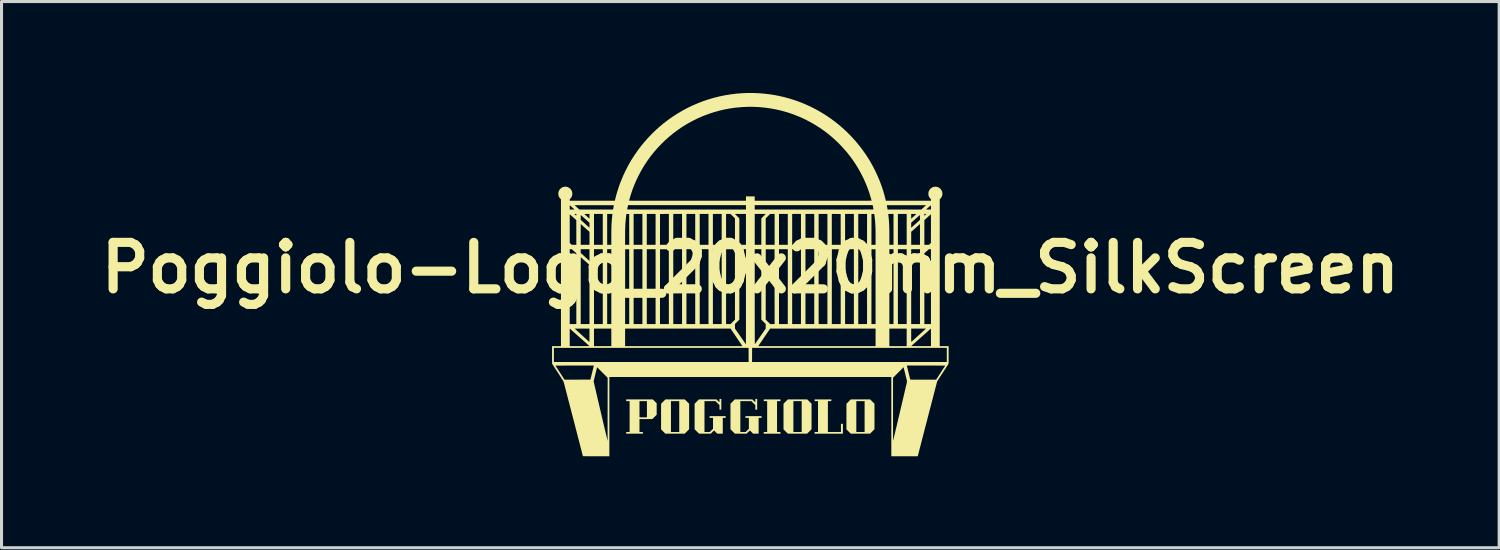
<source format=kicad_pcb>
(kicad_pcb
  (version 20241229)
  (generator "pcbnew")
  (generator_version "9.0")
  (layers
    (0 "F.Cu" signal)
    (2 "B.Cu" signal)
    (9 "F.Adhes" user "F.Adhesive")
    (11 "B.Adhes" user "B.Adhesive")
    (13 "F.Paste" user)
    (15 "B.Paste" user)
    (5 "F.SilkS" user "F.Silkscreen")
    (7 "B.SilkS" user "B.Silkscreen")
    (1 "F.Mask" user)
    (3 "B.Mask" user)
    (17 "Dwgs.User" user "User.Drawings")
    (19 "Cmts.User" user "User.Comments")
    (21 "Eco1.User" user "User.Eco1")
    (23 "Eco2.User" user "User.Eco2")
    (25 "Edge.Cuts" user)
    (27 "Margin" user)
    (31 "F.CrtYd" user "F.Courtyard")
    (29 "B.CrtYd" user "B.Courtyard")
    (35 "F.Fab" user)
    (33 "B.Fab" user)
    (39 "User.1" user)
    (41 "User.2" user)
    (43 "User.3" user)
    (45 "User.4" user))
  (footprint "Poggiolo-Logo_20x20mm_SilkScreen"
    (layer "F.Cu")
    (at 21.561 5.735)
    (property "Reference" "Poggiolo-Logo_20x20mm_SilkScreen" (at 0 0 0) (layer "F.SilkS") (effects (font (size 1.524 1.524) (thickness 0.3))))
    (attr board_only exclude_from_pos_files exclude_from_bom)
    (fp_poly (pts (xy 0.988 4.372) (xy 0.876 4.372) (xy 0.876 5.384) (xy 0.988 5.384) (xy 0.988 5.44) (xy 0.44 5.44) (xy 0.44 5.384) (xy 0.552 5.384) (xy 0.552 4.372) (xy 0.44 4.372) (xy 0.44 4.316) (xy 0.988 4.316)) (stroke (width 0) (type solid)) (fill yes) (layer "F.SilkS"))
    (fp_poly (pts (xy 2.656 4.372) (xy 2.544 4.372) (xy 2.544 5.384) (xy 2.972 5.384) (xy 2.972 5.116) (xy 3.036 5.116) (xy 3.036 5.44) (xy 2.108 5.44) (xy 2.108 5.384) (xy 2.22 5.384) (xy 2.22 4.372) (xy 2.108 4.372) (xy 2.108 4.316) (xy 2.656 4.316)) (stroke (width 0) (type solid)) (fill yes) (layer "F.SilkS"))
    (fp_poly (pts (xy -2.079 4.387) (xy -2.008 4.458) (xy -2.008 5.294) (xy -2.081 5.367) (xy -2.154 5.44) (xy -2.786 5.44) (xy -2.842 5.384) (xy -2.604 5.384) (xy -2.332 5.384) (xy -2.332 4.372) (xy -2.604 4.372) (xy -2.604 5.384) (xy -2.842 5.384) (xy -2.928 5.298) (xy -2.928 4.458) (xy -2.857 4.387) (xy -2.786 4.316) (xy -2.15 4.316)) (stroke (width 0) (type solid)) (fill yes) (layer "F.SilkS"))
    (fp_poly (pts (xy 1.937 4.387) (xy 2.008 4.458) (xy 2.008 5.294) (xy 1.935 5.367) (xy 1.862 5.44) (xy 1.23 5.44) (xy 1.174 5.384) (xy 1.412 5.384) (xy 1.684 5.384) (xy 1.684 4.372) (xy 1.412 4.372) (xy 1.412 5.384) (xy 1.174 5.384) (xy 1.088 5.298) (xy 1.088 4.458) (xy 1.159 4.387) (xy 1.23 4.316) (xy 1.866 4.316)) (stroke (width 0) (type solid)) (fill yes) (layer "F.SilkS"))
    (fp_poly (pts (xy 4.001 4.387) (xy 4.072 4.458) (xy 4.072 5.294) (xy 3.999 5.367) (xy 3.926 5.44) (xy 3.294 5.44) (xy 3.238 5.384) (xy 3.476 5.384) (xy 3.748 5.384) (xy 3.748 4.372) (xy 3.476 4.372) (xy 3.476 5.384) (xy 3.238 5.384) (xy 3.152 5.298) (xy 3.152 4.458) (xy 3.223 4.387) (xy 3.294 4.316) (xy 3.93 4.316)) (stroke (width 0) (type solid)) (fill yes) (layer "F.SilkS"))
    (fp_poly (pts (xy -3.135 4.379) (xy -3.072 4.442) (xy -3.072 4.818) (xy -3.143 4.889) (xy -3.214 4.96) (xy -3.636 4.96) (xy -3.636 5.384) (xy -3.524 5.384) (xy -3.524 5.44) (xy -4.072 5.44) (xy -4.072 5.384) (xy -3.96 5.384) (xy -3.96 4.904) (xy -3.636 4.904) (xy -3.392 4.904) (xy -3.392 4.372) (xy -3.636 4.372) (xy -3.636 4.904) (xy -3.96 4.904) (xy -3.96 4.372) (xy -4.072 4.372) (xy -4.072 4.316) (xy -3.198 4.316)) (stroke (width 0) (type solid)) (fill yes) (layer "F.SilkS"))
    (fp_poly (pts (xy -0.952 4.652) (xy -1.012 4.652) (xy -1.012 4.502) (xy -1.077 4.437) (xy -1.142 4.372) (xy -1.504 4.372) (xy -1.504 5.384) (xy -1.33 5.384) (xy -1.277 5.331) (xy -1.224 5.278) (xy -1.224 4.92) (xy -1.336 4.92) (xy -1.336 4.864) (xy -0.808 4.864) (xy -0.808 4.92) (xy -0.904 4.92) (xy -0.904 5.44) (xy -1.085 5.44) (xy -1.135 5.388) (xy -1.151 5.371) (xy -1.166 5.357) (xy -1.178 5.346) (xy -1.186 5.338) (xy -1.189 5.336) (xy -1.194 5.339) (xy -1.202 5.346) (xy -1.215 5.358) (xy -1.23 5.372) (xy -1.246 5.388) (xy -1.298 5.44) (xy -1.682 5.44) (xy -1.755 5.367) (xy -1.828 5.294) (xy -1.828 4.458) (xy -1.757 4.387) (xy -1.686 4.316) (xy -1.11 4.316) (xy -1.064 4.362) (xy -1.048 4.377) (xy -1.035 4.391) (xy -1.024 4.401) (xy -1.017 4.407) (xy -1.015 4.408) (xy -1.014 4.404) (xy -1.013 4.394) (xy -1.012 4.379) (xy -1.012 4.36) (xy -1.012 4.354) (xy -1.012 4.3) (xy -0.952 4.3)) (stroke (width 0) (type solid)) (fill yes) (layer "F.SilkS"))
    (fp_poly (pts (xy 0.224 4.652) (xy 0.164 4.652) (xy 0.164 4.502) (xy 0.099 4.437) (xy 0.034 4.372) (xy -0.328 4.372) (xy -0.328 5.384) (xy -0.154 5.384) (xy -0.101 5.331) (xy -0.048 5.278) (xy -0.048 4.92) (xy -0.16 4.92) (xy -0.16 4.864) (xy 0.368 4.864) (xy 0.368 4.92) (xy 0.272 4.92) (xy 0.272 5.44) (xy 0.091 5.44) (xy 0.041 5.388) (xy 0.025 5.371) (xy 0.01 5.357) (xy -0.002 5.346) (xy -0.01 5.338) (xy -0.013 5.336) (xy -0.018 5.339) (xy -0.026 5.346) (xy -0.039 5.358) (xy -0.054 5.372) (xy -0.07 5.388) (xy -0.122 5.44) (xy -0.506 5.44) (xy -0.579 5.367) (xy -0.652 5.294) (xy -0.652 4.458) (xy -0.581 4.387) (xy -0.51 4.316) (xy 0.066 4.316) (xy 0.112 4.362) (xy 0.128 4.377) (xy 0.141 4.391) (xy 0.152 4.401) (xy 0.159 4.407) (xy 0.161 4.408) (xy 0.162 4.404) (xy 0.163 4.394) (xy 0.164 4.379) (xy 0.164 4.36) (xy 0.164 4.354) (xy 0.164 4.3) (xy 0.224 4.3)) (stroke (width 0) (type solid)) (fill yes) (layer "F.SilkS"))
    (fp_poly (pts (xy 0.097 -5.735) (xy 0.286 -5.727) (xy 0.476 -5.711) (xy 0.666 -5.687) (xy 0.766 -5.672) (xy 0.95 -5.637) (xy 1.132 -5.594) (xy 1.312 -5.544) (xy 1.489 -5.487) (xy 1.664 -5.423) (xy 1.835 -5.351) (xy 2.004 -5.273) (xy 2.168 -5.188) (xy 2.329 -5.096) (xy 2.487 -4.998) (xy 2.64 -4.894) (xy 2.789 -4.783) (xy 2.933 -4.667) (xy 3.073 -4.544) (xy 3.208 -4.416) (xy 3.338 -4.282) (xy 3.462 -4.143) (xy 3.581 -3.999) (xy 3.694 -3.849) (xy 3.802 -3.695) (xy 3.903 -3.536) (xy 3.957 -3.444) (xy 4.035 -3.302) (xy 4.108 -3.156) (xy 4.177 -3.006) (xy 4.241 -2.854) (xy 4.299 -2.7) (xy 4.351 -2.547) (xy 4.396 -2.394) (xy 4.434 -2.245) (xy 4.445 -2.2) (xy 5.924 -2.2) (xy 5.924 -2.224) (xy 5.924 -2.236) (xy 5.923 -2.245) (xy 5.919 -2.253) (xy 5.912 -2.261) (xy 5.901 -2.273) (xy 5.9 -2.274) (xy 5.88 -2.301) (xy 5.862 -2.331) (xy 5.848 -2.362) (xy 5.844 -2.378) (xy 5.842 -2.392) (xy 5.84 -2.41) (xy 5.839 -2.429) (xy 5.839 -2.434) (xy 5.843 -2.475) (xy 5.854 -2.515) (xy 5.872 -2.551) (xy 5.896 -2.584) (xy 5.925 -2.612) (xy 5.959 -2.634) (xy 5.997 -2.651) (xy 6.016 -2.656) (xy 6.044 -2.661) (xy 6.075 -2.661) (xy 6.106 -2.659) (xy 6.134 -2.653) (xy 6.134 -2.653) (xy 6.173 -2.637) (xy 6.208 -2.615) (xy 6.238 -2.588) (xy 6.262 -2.556) (xy 6.281 -2.52) (xy 6.294 -2.482) (xy 6.299 -2.441) (xy 6.299 -2.414) (xy 6.292 -2.372) (xy 6.277 -2.333) (xy 6.256 -2.297) (xy 6.23 -2.266) (xy 6.212 -2.249) (xy 6.212 2.568) (xy 6.504 2.568) (xy 6.504 2.855) (xy 6.504 2.91) (xy 6.504 2.957) (xy 6.504 2.998) (xy 6.504 3.032) (xy 6.504 3.061) (xy 6.503 3.085) (xy 6.503 3.103) (xy 6.502 3.118) (xy 6.502 3.13) (xy 6.501 3.138) (xy 6.5 3.144) (xy 6.499 3.149) (xy 6.498 3.152) (xy 6.497 3.154) (xy 6.493 3.159) (xy 6.486 3.17) (xy 6.475 3.187) (xy 6.461 3.21) (xy 6.443 3.236) (xy 6.423 3.267) (xy 6.401 3.302) (xy 6.377 3.339) (xy 6.351 3.379) (xy 6.324 3.421) (xy 6.31 3.442) (xy 6.283 3.484) (xy 6.256 3.525) (xy 6.231 3.563) (xy 6.208 3.599) (xy 6.188 3.631) (xy 6.169 3.66) (xy 6.154 3.684) (xy 6.142 3.703) (xy 6.133 3.716) (xy 6.128 3.724) (xy 6.128 3.726) (xy 6.126 3.73) (xy 6.123 3.741) (xy 6.118 3.76) (xy 6.112 3.785) (xy 6.104 3.817) (xy 6.094 3.855) (xy 6.082 3.898) (xy 6.07 3.946) (xy 6.056 4) (xy 6.041 4.058) (xy 6.025 4.12) (xy 6.008 4.185) (xy 5.99 4.255) (xy 5.971 4.327) (xy 5.951 4.402) (xy 5.931 4.48) (xy 5.911 4.56) (xy 5.889 4.641) (xy 5.868 4.723) (xy 5.846 4.807) (xy 5.824 4.891) (xy 5.803 4.976) (xy 5.781 5.06) (xy 5.759 5.144) (xy 5.737 5.227) (xy 5.716 5.309) (xy 5.695 5.389) (xy 5.675 5.468) (xy 5.655 5.544) (xy 5.636 5.617) (xy 5.618 5.688) (xy 5.601 5.755) (xy 5.584 5.819) (xy 5.569 5.879) (xy 5.554 5.934) (xy 5.541 5.984) (xy 5.53 6.03) (xy 5.519 6.07) (xy 5.511 6.104) (xy 5.503 6.132) (xy 5.498 6.153) (xy 5.494 6.168) (xy 5.494 6.17) (xy 5.491 6.18) (xy 4.624 6.18) (xy 4.624 4.642) (xy 4.68 4.642) (xy 4.68 4.732) (xy 4.68 4.82) (xy 4.68 4.906) (xy 4.68 4.989) (xy 4.68 5.069) (xy 4.68 5.146) (xy 4.68 5.218) (xy 4.68 5.287) (xy 4.681 5.351) (xy 4.681 5.411) (xy 4.681 5.465) (xy 4.681 5.514) (xy 4.681 5.557) (xy 4.681 5.594) (xy 4.681 5.624) (xy 4.681 5.648) (xy 4.682 5.664) (xy 4.682 5.674) (xy 4.682 5.675) (xy 4.683 5.671) (xy 4.686 5.66) (xy 4.69 5.641) (xy 4.696 5.616) (xy 4.704 5.584) (xy 4.713 5.546) (xy 4.723 5.503) (xy 4.735 5.453) (xy 4.748 5.399) (xy 4.762 5.34) (xy 4.777 5.276) (xy 4.793 5.209) (xy 4.81 5.137) (xy 4.828 5.062) (xy 4.846 4.984) (xy 4.865 4.903) (xy 4.885 4.82) (xy 4.905 4.734) (xy 4.91 4.712) (xy 4.93 4.626) (xy 4.95 4.541) (xy 4.97 4.459) (xy 4.988 4.38) (xy 5.006 4.304) (xy 5.023 4.231) (xy 5.04 4.161) (xy 5.055 4.096) (xy 5.069 4.035) (xy 5.082 3.979) (xy 5.094 3.927) (xy 5.105 3.881) (xy 5.115 3.841) (xy 5.123 3.806) (xy 5.129 3.778) (xy 5.134 3.757) (xy 5.137 3.743) (xy 5.139 3.736) (xy 5.139 3.735) (xy 5.139 3.73) (xy 5.138 3.72) (xy 5.135 3.706) (xy 5.131 3.686) (xy 5.125 3.661) (xy 5.118 3.631) (xy 5.109 3.594) (xy 5.098 3.55) (xy 5.086 3.499) (xy 5.084 3.49) (xy 5.026 3.26) (xy 4.853 3.433) (xy 4.68 3.606) (xy 4.68 4.642) (xy 4.624 4.642) (xy 4.624 3.58) (xy -4.624 3.58) (xy -4.624 6.18) (xy -5.058 6.18) (xy -5.116 6.18) (xy -5.172 6.18) (xy -5.225 6.18) (xy -5.275 6.18) (xy -5.321 6.18) (xy -5.363 6.179) (xy -5.399 6.179) (xy -5.431 6.179) (xy -5.456 6.179) (xy -5.475 6.179) (xy -5.487 6.178) (xy -5.492 6.178) (xy -5.492 6.178) (xy -5.493 6.174) (xy -5.496 6.162) (xy -5.501 6.144) (xy -5.507 6.119) (xy -5.515 6.087) (xy -5.525 6.05) (xy -5.536 6.006) (xy -5.548 5.958) (xy -5.562 5.905) (xy -5.577 5.847) (xy -5.593 5.785) (xy -5.61 5.72) (xy -5.628 5.65) (xy -5.647 5.578) (xy -5.666 5.503) (xy -5.686 5.426) (xy -5.707 5.346) (xy -5.728 5.265) (xy -5.749 5.183) (xy -5.77 5.099) (xy -5.792 5.015) (xy -5.814 4.931) (xy -5.836 4.847) (xy -5.857 4.763) (xy -5.879 4.681) (xy -5.9 4.599) (xy -5.921 4.519) (xy -5.941 4.441) (xy -5.961 4.365) (xy -5.98 4.292) (xy -5.998 4.221) (xy -6.015 4.155) (xy -6.032 4.091) (xy -6.047 4.032) (xy -6.061 3.977) (xy -6.074 3.927) (xy -6.086 3.882) (xy -6.096 3.843) (xy -6.105 3.809) (xy -6.112 3.782) (xy -6.118 3.761) (xy -6.121 3.747) (xy -6.123 3.74) (xy -6.123 3.74) (xy -6.127 3.733) (xy -6.131 3.724) (xy -5.14 3.724) (xy -5.139 3.729) (xy -5.136 3.741) (xy -5.132 3.759) (xy -5.126 3.785) (xy -5.119 3.816) (xy -5.11 3.854) (xy -5.1 3.896) (xy -5.089 3.944) (xy -5.077 3.996) (xy -5.064 4.053) (xy -5.05 4.113) (xy -5.035 4.176) (xy -5.02 4.242) (xy -5.004 4.311) (xy -4.987 4.382) (xy -4.97 4.454) (xy -4.953 4.528) (xy -4.936 4.602) (xy -4.918 4.677) (xy -4.901 4.753) (xy -4.883 4.827) (xy -4.866 4.901) (xy -4.849 4.974) (xy -4.832 5.046) (xy -4.816 5.115) (xy -4.8 5.182) (xy -4.785 5.246) (xy -4.77 5.307) (xy -4.757 5.364) (xy -4.744 5.417) (xy -4.733 5.466) (xy -4.722 5.51) (xy -4.713 5.549) (xy -4.705 5.582) (xy -4.699 5.609) (xy -4.697 5.616) (xy -4.682 5.678) (xy -4.681 4.642) (xy -4.68 3.606) (xy -4.853 3.433) (xy -5.026 3.26) (xy -5.083 3.487) (xy -5.093 3.529) (xy -5.103 3.568) (xy -5.112 3.605) (xy -5.12 3.638) (xy -5.127 3.666) (xy -5.133 3.69) (xy -5.137 3.708) (xy -5.139 3.72) (xy -5.14 3.724) (xy -6.131 3.724) (xy -6.134 3.72) (xy -6.145 3.701) (xy -6.159 3.677) (xy -6.178 3.648) (xy -6.2 3.612) (xy -6.227 3.57) (xy -6.258 3.522) (xy -6.293 3.467) (xy -6.313 3.437) (xy -6.341 3.394) (xy -6.368 3.353) (xy -6.393 3.314) (xy -6.416 3.278) (xy -6.437 3.246) (xy -6.456 3.217) (xy -6.463 3.206) (xy -6.394 3.206) (xy -6.094 3.668) (xy -5.246 3.666) (xy -5.189 3.436) (xy -5.179 3.395) (xy -5.169 3.356) (xy -5.16 3.32) (xy -5.152 3.288) (xy -5.146 3.26) (xy -5.14 3.237) (xy -5.136 3.22) (xy -5.134 3.209) (xy -5.133 3.205) (xy 5.133 3.205) (xy 5.134 3.209) (xy 5.136 3.22) (xy 5.14 3.237) (xy 5.146 3.26) (xy 5.152 3.286) (xy 5.16 3.317) (xy 5.168 3.35) (xy 5.176 3.385) (xy 5.185 3.421) (xy 5.194 3.457) (xy 5.203 3.493) (xy 5.212 3.528) (xy 5.22 3.561) (xy 5.227 3.59) (xy 5.234 3.616) (xy 5.239 3.637) (xy 5.243 3.652) (xy 5.245 3.661) (xy 5.246 3.663) (xy 5.248 3.664) (xy 5.253 3.665) (xy 5.261 3.665) (xy 5.274 3.666) (xy 5.291 3.666) (xy 5.313 3.667) (xy 5.339 3.667) (xy 5.372 3.667) (xy 5.41 3.668) (xy 5.454 3.668) (xy 5.505 3.668) (xy 5.563 3.668) (xy 5.629 3.668) (xy 5.671 3.668) (xy 6.094 3.668) (xy 6.244 3.437) (xy 6.394 3.206) (xy 5.765 3.205) (xy 5.694 3.205) (xy 5.626 3.205) (xy 5.561 3.205) (xy 5.498 3.205) (xy 5.439 3.205) (xy 5.384 3.205) (xy 5.333 3.205) (xy 5.287 3.205) (xy 5.246 3.205) (xy 5.211 3.205) (xy 5.182 3.205) (xy 5.159 3.205) (xy 5.143 3.205) (xy 5.135 3.205) (xy 5.133 3.205) (xy -5.133 3.205) (xy -5.133 3.205) (xy -5.137 3.205) (xy -5.149 3.205) (xy -5.168 3.205) (xy -5.193 3.205) (xy -5.225 3.205) (xy -5.263 3.205) (xy -5.306 3.205) (xy -5.354 3.205) (xy -5.407 3.205) (xy -5.464 3.205) (xy -5.524 3.205) (xy -5.588 3.205) (xy -5.655 3.205) (xy -5.724 3.205) (xy -5.765 3.205) (xy -6.394 3.206) (xy -6.463 3.206) (xy -6.472 3.193) (xy -6.484 3.173) (xy -6.493 3.159) (xy -6.498 3.151) (xy -6.5 3.149) (xy -6.501 3.144) (xy -6.501 3.132) (xy -6.502 3.114) (xy -6.503 3.089) (xy -6.503 3.057) (xy -6.504 3.018) (xy -6.504 2.971) (xy -6.504 2.917) (xy -6.504 2.854) (xy -6.504 2.624) (xy -6.444 2.624) (xy -6.444 3.088) (xy -0.056 3.088) (xy 0.056 3.088) (xy 6.444 3.088) (xy 6.444 2.624) (xy 3.251 2.625) (xy 0.058 2.626) (xy 0.057 2.857) (xy 0.056 3.088) (xy -0.056 3.088) (xy -0.058 2.626) (xy -3.251 2.625) (xy -6.444 2.624) (xy -6.504 2.624) (xy -6.504 2.568) (xy -6.212 2.568) (xy -6.212 1.991) (xy -5.924 1.991) (xy -5.924 2.568) (xy -5.599 2.568) (xy -5.128 2.568) (xy -4.56 2.568) (xy -4.108 2.568) (xy -0.259 2.568) (xy 0.259 2.568) (xy 4.108 2.568) (xy 4.56 2.568) (xy 5.128 2.568) (xy 5.128 2.564) (xy 5.28 2.564) (xy 5.282 2.564) (xy 5.288 2.565) (xy 5.296 2.566) (xy 5.309 2.566) (xy 5.325 2.567) (xy 5.347 2.567) (xy 5.374 2.567) (xy 5.406 2.568) (xy 5.444 2.568) (xy 5.49 2.568) (xy 5.542 2.568) (xy 5.599 2.568) (xy 5.924 2.568) (xy 5.924 1.991) (xy 5.913 2.001) (xy 5.909 2.005) (xy 5.898 2.014) (xy 5.883 2.027) (xy 5.863 2.045) (xy 5.839 2.066) (xy 5.811 2.092) (xy 5.779 2.12) (xy 5.744 2.151) (xy 5.707 2.184) (xy 5.667 2.219) (xy 5.626 2.256) (xy 5.594 2.284) (xy 5.551 2.322) (xy 5.511 2.358) (xy 5.472 2.392) (xy 5.435 2.425) (xy 5.402 2.455) (xy 5.371 2.482) (xy 5.345 2.505) (xy 5.322 2.525) (xy 5.304 2.541) (xy 5.291 2.553) (xy 5.282 2.56) (xy 5.28 2.563) (xy 5.28 2.564) (xy 5.128 2.564) (xy 5.128 2.212) (xy 5.276 2.212) (xy 5.276 2.261) (xy 5.276 2.302) (xy 5.276 2.336) (xy 5.277 2.364) (xy 5.277 2.386) (xy 5.277 2.403) (xy 5.278 2.415) (xy 5.279 2.423) (xy 5.28 2.428) (xy 5.281 2.429) (xy 5.281 2.429) (xy 5.285 2.426) (xy 5.294 2.418) (xy 5.308 2.405) (xy 5.327 2.388) (xy 5.35 2.368) (xy 5.376 2.344) (xy 5.406 2.317) (xy 5.438 2.288) (xy 5.473 2.256) (xy 5.509 2.223) (xy 5.523 2.211) (xy 5.56 2.177) (xy 5.595 2.145) (xy 5.628 2.115) (xy 5.658 2.087) (xy 5.686 2.063) (xy 5.709 2.041) (xy 5.729 2.023) (xy 5.744 2.009) (xy 5.754 1.999) (xy 5.76 1.994) (xy 5.76 1.994) (xy 5.756 1.993) (xy 5.745 1.993) (xy 5.727 1.993) (xy 5.703 1.993) (xy 5.674 1.992) (xy 5.641 1.992) (xy 5.603 1.992) (xy 5.563 1.992) (xy 5.52 1.992) (xy 5.276 1.992) (xy 5.276 2.212) (xy 5.128 2.212) (xy 5.128 1.992) (xy 4.56 1.992) (xy 4.56 2.568) (xy 4.108 2.568) (xy 4.108 1.992) (xy 0.649 1.992) (xy 0.484 2.237) (xy 0.456 2.278) (xy 0.429 2.318) (xy 0.403 2.357) (xy 0.379 2.393) (xy 0.356 2.426) (xy 0.336 2.456) (xy 0.319 2.481) (xy 0.305 2.502) (xy 0.294 2.517) (xy 0.289 2.525) (xy 0.259 2.568) (xy -0.259 2.568) (xy -0.289 2.525) (xy -0.296 2.515) (xy -0.307 2.498) (xy -0.322 2.476) (xy -0.34 2.45) (xy -0.361 2.419) (xy -0.384 2.385) (xy -0.408 2.349) (xy -0.435 2.31) (xy -0.462 2.269) (xy -0.484 2.237) (xy -0.648 1.993) (xy -0.504 1.993) (xy -0.325 2.25) (xy -0.297 2.291) (xy -0.27 2.329) (xy -0.245 2.365) (xy -0.222 2.399) (xy -0.201 2.428) (xy -0.183 2.454) (xy -0.168 2.475) (xy -0.157 2.492) (xy -0.149 2.503) (xy -0.145 2.508) (xy -0.145 2.508) (xy -0.145 2.504) (xy -0.145 2.492) (xy -0.145 2.473) (xy -0.145 2.447) (xy -0.145 2.414) (xy -0.145 2.374) (xy -0.145 2.328) (xy -0.145 2.275) (xy -0.144 2.217) (xy -0.144 2.153) (xy -0.144 2.084) (xy -0.144 2.01) (xy -0.144 1.931) (xy -0.144 1.848) (xy -0.144 1.761) (xy -0.144 1.669) (xy -0.144 1.574) (xy -0.144 1.476) (xy -0.144 1.374) (xy -0.144 1.27) (xy -0.144 1.163) (xy -0.144 1.053) (xy -0.144 0.949) (xy 0.144 0.949) (xy 0.144 1.061) (xy 0.144 1.171) (xy 0.144 1.279) (xy 0.144 1.384) (xy 0.144 1.485) (xy 0.144 1.584) (xy 0.144 1.679) (xy 0.145 1.771) (xy 0.145 1.858) (xy 0.145 1.941) (xy 0.145 2.019) (xy 0.145 2.093) (xy 0.145 2.161) (xy 0.145 2.224) (xy 0.146 2.282) (xy 0.146 2.333) (xy 0.146 2.378) (xy 0.146 2.417) (xy 0.146 2.449) (xy 0.147 2.475) (xy 0.147 2.493) (xy 0.147 2.503) (xy 0.147 2.506) (xy 0.15 2.502) (xy 0.157 2.492) (xy 0.168 2.477) (xy 0.182 2.456) (xy 0.2 2.431) (xy 0.22 2.402) (xy 0.243 2.37) (xy 0.267 2.334) (xy 0.294 2.296) (xy 0.321 2.256) (xy 0.327 2.247) (xy 0.504 1.993) (xy 0.504 1.842) (xy 0.432 1.77) (xy 0.36 1.698) (xy 0.36 1.698) (xy 0.504 1.698) (xy 0.577 1.771) (xy 0.65 1.844) (xy 0.796 1.844) (xy 0.94 1.844) (xy 1.228 1.844) (xy 1.372 1.844) (xy 1.66 1.844) (xy 1.808 1.844) (xy 2.096 1.844) (xy 2.24 1.844) (xy 2.528 1.844) (xy 2.672 1.844) (xy 2.964 1.844) (xy 3.108 1.844) (xy 3.396 1.844) (xy 3.54 1.844) (xy 3.828 1.844) (xy 3.972 1.844) (xy 4.108 1.844) (xy 4.56 1.844) (xy 4.696 1.844) (xy 4.84 1.844) (xy 5.128 1.844) (xy 5.276 1.844) (xy 5.564 1.844) (xy 5.708 1.844) (xy 5.924 1.844) (xy 5.924 -0.612) (xy 5.858 -0.612) (xy 5.708 -0.479) (xy 5.708 1.844) (xy 5.564 1.844) (xy 5.564 0.748) (xy 5.564 0.635) (xy 5.564 0.529) (xy 5.564 0.432) (xy 5.564 0.341) (xy 5.564 0.257) (xy 5.564 0.181) (xy 5.564 0.11) (xy 5.564 0.046) (xy 5.563 -0.012) (xy 5.563 -0.065) (xy 5.563 -0.112) (xy 5.563 -0.154) (xy 5.563 -0.191) (xy 5.562 -0.223) (xy 5.562 -0.251) (xy 5.562 -0.275) (xy 5.562 -0.294) (xy 5.561 -0.31) (xy 5.561 -0.323) (xy 5.56 -0.333) (xy 5.56 -0.339) (xy 5.559 -0.343) (xy 5.559 -0.345) (xy 5.559 -0.345) (xy 5.555 -0.342) (xy 5.545 -0.334) (xy 5.531 -0.322) (xy 5.513 -0.306) (xy 5.491 -0.287) (xy 5.467 -0.265) (xy 5.44 -0.241) (xy 5.415 -0.219) (xy 5.276 -0.095) (xy 5.276 1.844) (xy 5.128 1.844) (xy 5.128 -0.226) (xy 5.276 -0.226) (xy 5.289 -0.239) (xy 5.295 -0.244) (xy 5.306 -0.254) (xy 5.321 -0.268) (xy 5.34 -0.286) (xy 5.363 -0.306) (xy 5.388 -0.329) (xy 5.415 -0.353) (xy 5.433 -0.37) (xy 5.564 -0.489) (xy 5.564 -0.612) (xy 5.276 -0.612) (xy 5.276 -0.226) (xy 5.128 -0.226) (xy 5.128 -0.612) (xy 4.84 -0.612) (xy 4.84 1.844) (xy 4.696 1.844) (xy 4.696 -0.612) (xy 4.56 -0.612) (xy 4.56 1.844) (xy 4.108 1.844) (xy 4.106 -0.61) (xy 3.974 -0.61) (xy 3.973 0.617) (xy 3.972 1.844) (xy 3.828 1.844) (xy 3.828 -0.612) (xy 3.54 -0.612) (xy 3.54 1.844) (xy 3.396 1.844) (xy 3.396 -0.612) (xy 3.108 -0.612) (xy 3.108 1.844) (xy 2.964 1.844) (xy 2.962 -0.61) (xy 2.674 -0.61) (xy 2.673 0.617) (xy 2.672 1.844) (xy 2.528 1.844) (xy 2.528 -0.612) (xy 2.24 -0.612) (xy 2.24 1.844) (xy 2.096 1.844) (xy 2.096 -0.612) (xy 1.808 -0.612) (xy 1.808 1.844) (xy 1.66 1.844) (xy 1.66 -0.612) (xy 1.372 -0.612) (xy 1.372 1.844) (xy 1.228 1.844) (xy 1.228 -0.612) (xy 0.94 -0.612) (xy 0.94 1.844) (xy 0.796 1.844) (xy 0.794 -0.61) (xy 0.506 -0.61) (xy 0.505 0.544) (xy 0.504 1.698) (xy 0.36 1.698) (xy 0.36 -0.612) (xy 0.144 -0.612) (xy 0.144 0.949) (xy -0.144 0.949) (xy -0.144 0.948) (xy -0.144 -0.612) (xy -0.36 -0.612) (xy -0.36 1.698) (xy -0.432 1.77) (xy -0.504 1.842) (xy -0.504 1.993) (xy -0.648 1.993) (xy -0.649 1.992) (xy -4.108 1.992) (xy -4.108 2.568) (xy -4.56 2.568) (xy -4.56 1.992) (xy -5.128 1.992) (xy -5.128 2.568) (xy -5.599 2.568) (xy -5.54 2.568) (xy -5.488 2.568) (xy -5.443 2.568) (xy -5.405 2.568) (xy -5.372 2.567) (xy -5.346 2.567) (xy -5.325 2.567) (xy -5.308 2.566) (xy -5.296 2.566) (xy -5.287 2.565) (xy -5.282 2.564) (xy -5.28 2.564) (xy -5.28 2.563) (xy -5.284 2.559) (xy -5.293 2.551) (xy -5.308 2.538) (xy -5.327 2.521) (xy -5.351 2.5) (xy -5.378 2.475) (xy -5.409 2.448) (xy -5.444 2.417) (xy -5.481 2.384) (xy -5.52 2.349) (xy -5.561 2.313) (xy -5.594 2.284) (xy -5.637 2.246) (xy -5.678 2.21) (xy -5.717 2.175) (xy -5.754 2.142) (xy -5.788 2.112) (xy -5.819 2.085) (xy -5.846 2.061) (xy -5.869 2.04) (xy -5.888 2.023) (xy -5.902 2.011) (xy -5.91 2.003) (xy -5.913 2.001) (xy -5.92 1.994) (xy -5.761 1.994) (xy -5.52 2.214) (xy -5.278 2.434) (xy -5.277 2.214) (xy -5.277 2.173) (xy -5.277 2.134) (xy -5.277 2.099) (xy -5.277 2.067) (xy -5.277 2.04) (xy -5.277 2.019) (xy -5.277 2.003) (xy -5.277 1.995) (xy -5.277 1.993) (xy -5.281 1.993) (xy -5.293 1.993) (xy -5.311 1.993) (xy -5.335 1.993) (xy -5.364 1.993) (xy -5.398 1.993) (xy -5.435 1.993) (xy -5.476 1.993) (xy -5.519 1.993) (xy -5.52 1.993) (xy -5.761 1.994) (xy -5.92 1.994) (xy -5.924 1.991) (xy -6.212 1.991) (xy -6.212 1.844) (xy -5.924 1.844) (xy -5.708 1.844) (xy -5.564 1.844) (xy -5.276 1.844) (xy -5.128 1.844) (xy -4.84 1.844) (xy -4.696 1.844) (xy -4.56 1.844) (xy -4.108 1.844) (xy -3.972 1.844) (xy -3.828 1.844) (xy -3.54 1.844) (xy -3.396 1.844) (xy -3.108 1.844) (xy -2.964 1.844) (xy -2.672 1.844) (xy -2.528 1.844) (xy -2.24 1.844) (xy -2.096 1.844) (xy -1.808 1.844) (xy -1.66 1.844) (xy -1.372 1.844) (xy -1.228 1.844) (xy -0.94 1.844) (xy -0.796 1.844) (xy -0.65 1.844) (xy -0.577 1.771) (xy -0.504 1.698) (xy -0.505 0.544) (xy -0.506 -0.61) (xy -0.794 -0.61) (xy -0.795 0.617) (xy -0.796 1.844) (xy -0.94 1.844) (xy -0.94 -0.612) (xy -1.228 -0.612) (xy -1.228 1.844) (xy -1.372 1.844) (xy -1.372 -0.612) (xy -1.66 -0.612) (xy -1.66 1.844) (xy -1.808 1.844) (xy -1.808 -0.612) (xy -2.096 -0.612) (xy -2.096 1.844) (xy -2.24 1.844) (xy -2.24 -0.612) (xy -2.528 -0.612) (xy -2.528 1.844) (xy -2.672 1.844) (xy -2.674 -0.61) (xy -2.962 -0.61) (xy -2.963 0.617) (xy -2.964 1.844) (xy -3.108 1.844) (xy -3.108 -0.612) (xy -3.396 -0.612) (xy -3.396 1.844) (xy -3.54 1.844) (xy -3.54 -0.612) (xy -3.828 -0.612) (xy -3.828 1.844) (xy -3.972 1.844) (xy -3.974 -0.61) (xy -4.106 -0.61) (xy -4.107 0.617) (xy -4.108 1.844) (xy -4.56 1.844) (xy -4.56 -0.612) (xy -4.696 -0.612) (xy -4.696 1.844) (xy -4.84 1.844) (xy -4.84 -0.612) (xy -5.128 -0.612) (xy -5.128 1.844) (xy -5.276 1.844) (xy -5.276 -0.095) (xy -5.415 -0.219) (xy -5.443 -0.244) (xy -5.47 -0.267) (xy -5.494 -0.289) (xy -5.515 -0.308) (xy -5.533 -0.323) (xy -5.547 -0.335) (xy -5.555 -0.343) (xy -5.559 -0.345) (xy -5.559 -0.344) (xy -5.56 -0.342) (xy -5.56 -0.336) (xy -5.561 -0.328) (xy -5.561 -0.316) (xy -5.561 -0.302) (xy -5.562 -0.284) (xy -5.562 -0.262) (xy -5.562 -0.236) (xy -5.563 -0.205) (xy -5.563 -0.17) (xy -5.563 -0.131) (xy -5.563 -0.086) (xy -5.563 -0.036) (xy -5.564 0.02) (xy -5.564 0.082) (xy -5.564 0.149) (xy -5.564 0.223) (xy -5.564 0.304) (xy -5.564 0.392) (xy -5.564 0.486) (xy -5.564 0.588) (xy -5.564 0.698) (xy -5.564 1.844) (xy -5.708 1.844) (xy -5.708 -0.479) (xy -5.718 -0.488) (xy -5.564 -0.488) (xy -5.421 -0.358) (xy -5.393 -0.332) (xy -5.366 -0.308) (xy -5.342 -0.286) (xy -5.32 -0.267) (xy -5.303 -0.251) (xy -5.289 -0.239) (xy -5.281 -0.231) (xy -5.277 -0.228) (xy -5.277 -0.228) (xy -5.277 -0.232) (xy -5.277 -0.243) (xy -5.276 -0.261) (xy -5.276 -0.284) (xy -5.276 -0.312) (xy -5.276 -0.344) (xy -5.276 -0.38) (xy -5.276 -0.418) (xy -5.276 -0.42) (xy -5.276 -0.612) (xy -5.564 -0.612) (xy -5.564 -0.488) (xy -5.718 -0.488) (xy -5.783 -0.546) (xy -5.858 -0.612) (xy -5.924 -0.612) (xy -5.924 1.844) (xy -6.212 1.844) (xy -6.212 -1.757) (xy -5.924 -1.757) (xy -5.924 -1.285) (xy -5.923 -0.814) (xy -5.858 -0.756) (xy -5.708 -0.756) (xy -5.708 -1.161) (xy -5.708 -1.437) (xy -5.564 -1.437) (xy -5.564 -0.756) (xy -5.276 -0.756) (xy -5.128 -0.756) (xy -4.84 -0.756) (xy -4.696 -0.756) (xy -4.56 -0.756) (xy -4.108 -0.756) (xy -3.972 -0.756) (xy -3.828 -0.756) (xy -3.54 -0.756) (xy -3.396 -0.756) (xy -3.108 -0.756) (xy -2.964 -0.756) (xy -2.672 -0.756) (xy -2.528 -0.756) (xy -2.24 -0.756) (xy -2.096 -0.756) (xy -1.808 -0.756) (xy -1.66 -0.756) (xy -1.372 -0.756) (xy -1.228 -0.756) (xy -0.94 -0.756) (xy -0.796 -0.756) (xy -0.504 -0.756) (xy -0.504 -1.622) (xy -0.577 -1.695) (xy -0.65 -1.768) (xy -0.506 -1.768) (xy -0.433 -1.695) (xy -0.36 -1.622) (xy -0.36 -0.756) (xy -0.144 -0.756) (xy 0.144 -0.756) (xy 0.36 -0.756) (xy 0.504 -0.756) (xy 0.796 -0.756) (xy 0.94 -0.756) (xy 1.228 -0.756) (xy 1.372 -0.756) (xy 1.66 -0.756) (xy 1.808 -0.756) (xy 2.096 -0.756) (xy 2.24 -0.756) (xy 2.528 -0.756) (xy 2.528 -1.768) (xy 2.24 -1.768) (xy 2.24 -0.756) (xy 2.096 -0.756) (xy 2.096 -1.768) (xy 1.808 -1.768) (xy 1.808 -0.756) (xy 1.66 -0.756) (xy 1.66 -1.768) (xy 1.372 -1.768) (xy 1.372 -0.756) (xy 1.228 -0.756) (xy 1.228 -1.768) (xy 0.94 -1.768) (xy 0.94 -0.756) (xy 0.796 -0.756) (xy 0.796 -1.768) (xy 0.65 -1.768) (xy 0.504 -1.622) (xy 0.504 -0.756) (xy 0.36 -0.756) (xy 0.36 -1.622) (xy 0.506 -1.768) (xy 0.144 -1.768) (xy 0.144 -0.756) (xy -0.144 -0.756) (xy -0.144 -1.768) (xy -0.506 -1.768) (xy -0.65 -1.768) (xy -0.796 -1.768) (xy -0.796 -0.756) (xy -0.94 -0.756) (xy -0.94 -1.768) (xy -1.228 -1.768) (xy -1.228 -0.756) (xy -1.372 -0.756) (xy -1.372 -1.768) (xy -1.66 -1.768) (xy -1.66 -0.756) (xy -1.808 -0.756) (xy -1.808 -1.768) (xy -2.096 -1.768) (xy -2.096 -0.756) (xy -2.24 -0.756) (xy -2.24 -1.768) (xy -2.528 -1.768) (xy -2.528 -0.756) (xy -2.672 -0.756) (xy -2.672 -1.768) (xy 2.672 -1.768) (xy 2.672 -0.756) (xy 2.964 -0.756) (xy 3.108 -0.756) (xy 3.396 -0.756) (xy 3.54 -0.756) (xy 3.828 -0.756) (xy 3.972 -0.756) (xy 4.108 -0.756) (xy 4.108 -0.979) (xy 4.108 -1.074) (xy 4.107 -1.161) (xy 4.106 -1.241) (xy 4.104 -1.314) (xy 4.101 -1.378) (xy 4.098 -1.435) (xy 4.096 -1.474) (xy 4.093 -1.515) (xy 4.089 -1.557) (xy 4.085 -1.6) (xy 4.08 -1.641) (xy 4.076 -1.679) (xy 4.072 -1.713) (xy 4.068 -1.741) (xy 4.066 -1.755) (xy 4.065 -1.761) (xy 4.524 -1.761) (xy 4.524 -1.755) (xy 4.526 -1.742) (xy 4.527 -1.725) (xy 4.53 -1.703) (xy 4.532 -1.686) (xy 4.537 -1.638) (xy 4.542 -1.59) (xy 4.546 -1.544) (xy 4.549 -1.496) (xy 4.552 -1.448) (xy 4.554 -1.397) (xy 4.556 -1.343) (xy 4.558 -1.285) (xy 4.559 -1.223) (xy 4.56 -1.155) (xy 4.56 -1.08) (xy 4.56 -1.021) (xy 4.56 -0.756) (xy 4.696 -0.756) (xy 4.84 -0.756) (xy 5.128 -0.756) (xy 5.276 -0.756) (xy 5.564 -0.756) (xy 5.708 -0.756) (xy 5.858 -0.756) (xy 5.923 -0.814) (xy 5.924 -1.285) (xy 5.924 -1.757) (xy 5.911 -1.745) (xy 5.904 -1.74) (xy 5.893 -1.73) (xy 5.877 -1.716) (xy 5.858 -1.699) (xy 5.836 -1.68) (xy 5.813 -1.659) (xy 5.803 -1.65) (xy 5.708 -1.566) (xy 5.708 -0.756) (xy 5.564 -0.756) (xy 5.564 -1.437) (xy 5.55 -1.425) (xy 5.545 -1.42) (xy 5.534 -1.411) (xy 5.518 -1.397) (xy 5.498 -1.379) (xy 5.476 -1.359) (xy 5.45 -1.337) (xy 5.423 -1.313) (xy 5.407 -1.298) (xy 5.276 -1.182) (xy 5.276 -0.969) (xy 5.276 -0.756) (xy 5.128 -0.756) (xy 5.128 -1.315) (xy 5.276 -1.315) (xy 5.288 -1.324) (xy 5.293 -1.329) (xy 5.304 -1.339) (xy 5.319 -1.352) (xy 5.338 -1.369) (xy 5.361 -1.39) (xy 5.386 -1.412) (xy 5.412 -1.437) (xy 5.432 -1.454) (xy 5.564 -1.574) (xy 5.564 -1.653) (xy 5.564 -1.677) (xy 5.564 -1.698) (xy 5.563 -1.707) (xy 5.708 -1.707) (xy 5.727 -1.723) (xy 5.74 -1.735) (xy 5.753 -1.747) (xy 5.76 -1.754) (xy 5.774 -1.768) (xy 5.708 -1.768) (xy 5.708 -1.707) (xy 5.563 -1.707) (xy 5.563 -1.715) (xy 5.563 -1.727) (xy 5.562 -1.732) (xy 5.562 -1.732) (xy 5.559 -1.729) (xy 5.55 -1.722) (xy 5.536 -1.71) (xy 5.519 -1.695) (xy 5.497 -1.676) (xy 5.473 -1.655) (xy 5.446 -1.631) (xy 5.418 -1.606) (xy 5.276 -1.479) (xy 5.276 -1.315) (xy 5.128 -1.315) (xy 5.128 -1.61) (xy 5.276 -1.61) (xy 5.289 -1.623) (xy 5.296 -1.629) (xy 5.307 -1.639) (xy 5.323 -1.653) (xy 5.341 -1.67) (xy 5.361 -1.688) (xy 5.372 -1.698) (xy 5.392 -1.716) (xy 5.41 -1.732) (xy 5.424 -1.746) (xy 5.435 -1.757) (xy 5.442 -1.763) (xy 5.443 -1.765) (xy 5.44 -1.766) (xy 5.43 -1.767) (xy 5.414 -1.767) (xy 5.393 -1.768) (xy 5.369 -1.768) (xy 5.36 -1.768) (xy 5.276 -1.768) (xy 5.276 -1.61) (xy 5.128 -1.61) (xy 5.128 -1.768) (xy 4.84 -1.768) (xy 4.84 -0.756) (xy 4.696 -0.756) (xy 4.696 -1.768) (xy 4.61 -1.768) (xy 4.582 -1.768) (xy 4.56 -1.768) (xy 4.545 -1.767) (xy 4.535 -1.767) (xy 4.528 -1.766) (xy 4.525 -1.764) (xy 4.524 -1.762) (xy 4.524 -1.761) (xy 4.065 -1.761) (xy 4.064 -1.768) (xy 4.019 -1.767) (xy 3.974 -1.766) (xy 3.973 -1.261) (xy 3.972 -0.756) (xy 3.828 -0.756) (xy 3.828 -1.768) (xy 3.54 -1.768) (xy 3.54 -0.756) (xy 3.396 -0.756) (xy 3.396 -1.768) (xy 3.108 -1.768) (xy 3.108 -0.756) (xy 2.964 -0.756) (xy 2.962 -1.766) (xy 2.672 -1.768) (xy -2.672 -1.768) (xy -2.962 -1.766) (xy -2.963 -1.261) (xy -2.964 -0.756) (xy -3.108 -0.756) (xy -3.108 -1.768) (xy -3.396 -1.768) (xy -3.396 -0.756) (xy -3.54 -0.756) (xy -3.54 -1.768) (xy -3.828 -1.768) (xy -3.828 -0.756) (xy -3.972 -0.756) (xy -3.974 -1.766) (xy -4.019 -1.767) (xy -4.064 -1.768) (xy -4.066 -1.755) (xy -4.069 -1.731) (xy -4.073 -1.7) (xy -4.078 -1.665) (xy -4.082 -1.625) (xy -4.086 -1.583) (xy -4.09 -1.541) (xy -4.094 -1.499) (xy -4.096 -1.474) (xy -4.099 -1.423) (xy -4.102 -1.365) (xy -4.104 -1.299) (xy -4.106 -1.224) (xy -4.107 -1.143) (xy -4.108 -1.054) (xy -4.108 -0.979) (xy -4.108 -0.756) (xy -4.56 -0.756) (xy -4.56 -1.021) (xy -4.56 -1.101) (xy -4.559 -1.174) (xy -4.559 -1.24) (xy -4.557 -1.301) (xy -4.556 -1.358) (xy -4.554 -1.411) (xy -4.551 -1.461) (xy -4.548 -1.509) (xy -4.545 -1.556) (xy -4.541 -1.603) (xy -4.536 -1.651) (xy -4.532 -1.686) (xy -4.529 -1.709) (xy -4.527 -1.729) (xy -4.525 -1.746) (xy -4.524 -1.757) (xy -4.524 -1.761) (xy -4.525 -1.763) (xy -4.527 -1.765) (xy -4.532 -1.766) (xy -4.54 -1.767) (xy -4.554 -1.768) (xy -4.573 -1.768) (xy -4.598 -1.768) (xy -4.61 -1.768) (xy -4.696 -1.768) (xy -4.696 -0.756) (xy -4.84 -0.756) (xy -4.84 -1.768) (xy -5.128 -1.768) (xy -5.128 -0.756) (xy -5.276 -0.756) (xy -5.276 -1.182) (xy -5.407 -1.298) (xy -5.434 -1.323) (xy -5.461 -1.346) (xy -5.485 -1.368) (xy -5.507 -1.387) (xy -5.525 -1.403) (xy -5.539 -1.415) (xy -5.548 -1.423) (xy -5.55 -1.425) (xy -5.564 -1.437) (xy -5.708 -1.437) (xy -5.708 -1.566) (xy -5.803 -1.65) (xy -5.811 -1.657) (xy -5.564 -1.657) (xy -5.564 -1.653) (xy -5.564 -1.574) (xy -5.421 -1.445) (xy -5.393 -1.419) (xy -5.366 -1.395) (xy -5.342 -1.373) (xy -5.321 -1.354) (xy -5.303 -1.339) (xy -5.29 -1.327) (xy -5.281 -1.319) (xy -5.278 -1.316) (xy -5.278 -1.316) (xy -5.277 -1.32) (xy -5.277 -1.33) (xy -5.276 -1.347) (xy -5.276 -1.367) (xy -5.276 -1.391) (xy -5.276 -1.398) (xy -5.276 -1.479) (xy -5.418 -1.606) (xy -5.446 -1.631) (xy -5.473 -1.655) (xy -5.497 -1.676) (xy -5.519 -1.695) (xy -5.536 -1.71) (xy -5.55 -1.722) (xy -5.559 -1.729) (xy -5.562 -1.732) (xy -5.563 -1.728) (xy -5.563 -1.718) (xy -5.564 -1.701) (xy -5.564 -1.681) (xy -5.564 -1.657) (xy -5.811 -1.657) (xy -5.826 -1.671) (xy -5.849 -1.691) (xy -5.869 -1.709) (xy -5.886 -1.724) (xy -5.9 -1.736) (xy -5.908 -1.744) (xy -5.911 -1.745) (xy -5.924 -1.757) (xy -6.212 -1.757) (xy -6.212 -1.768) (xy -5.774 -1.768) (xy -5.742 -1.738) (xy -5.729 -1.726) (xy -5.719 -1.716) (xy -5.712 -1.71) (xy -5.709 -1.708) (xy -5.709 -1.712) (xy -5.708 -1.721) (xy -5.708 -1.735) (xy -5.708 -1.738) (xy -5.708 -1.765) (xy -5.444 -1.765) (xy -5.441 -1.762) (xy -5.433 -1.754) (xy -5.421 -1.743) (xy -5.406 -1.729) (xy -5.388 -1.713) (xy -5.369 -1.695) (xy -5.35 -1.678) (xy -5.331 -1.66) (xy -5.314 -1.645) (xy -5.299 -1.631) (xy -5.287 -1.621) (xy -5.28 -1.614) (xy -5.277 -1.612) (xy -5.277 -1.616) (xy -5.276 -1.626) (xy -5.276 -1.643) (xy -5.276 -1.663) (xy -5.276 -1.687) (xy -5.276 -1.69) (xy -5.276 -1.768) (xy -5.36 -1.768) (xy -5.385 -1.768) (xy -5.407 -1.767) (xy -5.425 -1.767) (xy -5.437 -1.766) (xy -5.443 -1.765) (xy -5.444 -1.765) (xy -5.708 -1.765) (xy -5.708 -1.768) (xy -5.774 -1.768) (xy -6.212 -1.768) (xy -6.212 -1.912) (xy -5.924 -1.912) (xy -5.843 -1.912) (xy -5.819 -1.912) (xy -5.798 -1.912) (xy -5.781 -1.913) (xy -5.769 -1.913) (xy -5.764 -1.913) (xy -5.764 -1.913) (xy -5.768 -1.916) (xy -5.776 -1.924) (xy -5.789 -1.935) (xy -5.805 -1.95) (xy -5.825 -1.967) (xy -5.843 -1.983) (xy -5.864 -2.002) (xy -5.883 -2.019) (xy -5.899 -2.033) (xy -5.911 -2.043) (xy -5.919 -2.05) (xy -5.922 -2.052) (xy -5.923 -2.048) (xy -5.923 -2.038) (xy -5.924 -2.022) (xy -5.924 -2.002) (xy -5.924 -1.982) (xy -5.924 -1.912) (xy -6.212 -1.912) (xy -6.212 -2.054) (xy -5.764 -2.054) (xy -5.608 -1.912) (xy -4.502 -1.912) (xy -4.501 -1.915) (xy -4.04 -1.915) (xy -4.036 -1.915) (xy -4.024 -1.915) (xy -4.005 -1.915) (xy -3.979 -1.915) (xy -3.945 -1.914) (xy -3.905 -1.914) (xy -3.858 -1.914) (xy -3.805 -1.914) (xy -3.745 -1.914) (xy -3.68 -1.913) (xy -3.61 -1.913) (xy -3.534 -1.913) (xy -3.453 -1.913) (xy -3.367 -1.913) (xy -3.277 -1.913) (xy -3.182 -1.913) (xy -3.083 -1.912) (xy -2.98 -1.912) (xy -2.873 -1.912) (xy -2.764 -1.912) (xy -2.651 -1.912) (xy -2.535 -1.912) (xy -2.416 -1.912) (xy -2.295 -1.912) (xy -2.172 -1.912) (xy -2.092 -1.912) (xy -0.144 -1.912) (xy 0.144 -1.912) (xy 2.092 -1.912) (xy 2.216 -1.912) (xy 2.339 -1.912) (xy 2.459 -1.912) (xy 2.577 -1.912) (xy 2.691 -1.912) (xy 2.803 -1.912) (xy 2.912 -1.912) (xy 3.017 -1.912) (xy 3.119 -1.913) (xy 3.216 -1.913) (xy 3.31 -1.913) (xy 3.398 -1.913) (xy 3.483 -1.913) (xy 3.562 -1.913) (xy 3.636 -1.913) (xy 3.704 -1.913) (xy 3.767 -1.914) (xy 3.825 -1.914) (xy 3.875 -1.914) (xy 3.92 -1.914) (xy 3.958 -1.914) (xy 3.989 -1.915) (xy 4.013 -1.915) (xy 4.029 -1.915) (xy 4.038 -1.915) (xy 4.04 -1.915) (xy 4.039 -1.92) (xy 4.037 -1.931) (xy 4.034 -1.947) (xy 4.031 -1.965) (xy 4.027 -1.985) (xy 4.023 -2.005) (xy 4.019 -2.023) (xy 4.016 -2.037) (xy 4.014 -2.047) (xy 4.014 -2.047) (xy 4.012 -2.055) (xy 4.477 -2.055) (xy 4.478 -2.051) (xy 4.479 -2.04) (xy 4.482 -2.024) (xy 4.485 -2.004) (xy 4.489 -1.983) (xy 4.502 -1.912) (xy 5.608 -1.912) (xy 5.612 -1.916) (xy 5.767 -1.916) (xy 5.77 -1.914) (xy 5.776 -1.913) (xy 5.788 -1.913) (xy 5.805 -1.912) (xy 5.83 -1.912) (xy 5.843 -1.912) (xy 5.924 -1.912) (xy 5.924 -1.982) (xy 5.924 -2.005) (xy 5.924 -2.024) (xy 5.923 -2.04) (xy 5.922 -2.049) (xy 5.922 -2.052) (xy 5.918 -2.049) (xy 5.91 -2.042) (xy 5.898 -2.032) (xy 5.882 -2.018) (xy 5.864 -2.003) (xy 5.845 -1.986) (xy 5.825 -1.968) (xy 5.806 -1.952) (xy 5.789 -1.936) (xy 5.774 -1.922) (xy 5.768 -1.917) (xy 5.767 -1.916) (xy 5.612 -1.916) (xy 5.686 -1.983) (xy 5.764 -2.054) (xy 5.121 -2.055) (xy 5.05 -2.055) (xy 4.981 -2.055) (xy 4.915 -2.055) (xy 4.852 -2.055) (xy 4.792 -2.055) (xy 4.736 -2.055) (xy 4.685 -2.055) (xy 4.638 -2.055) (xy 4.596 -2.055) (xy 4.56 -2.055) (xy 4.53 -2.055) (xy 4.506 -2.055) (xy 4.489 -2.055) (xy 4.48 -2.055) (xy 4.477 -2.055) (xy 4.012 -2.055) (xy 4.012 -2.056) (xy 0.144 -2.056) (xy 0.144 -1.912) (xy -0.144 -1.912) (xy -0.144 -2.056) (xy -4.012 -2.056) (xy -4.014 -2.047) (xy -4.016 -2.038) (xy -4.019 -2.024) (xy -4.022 -2.007) (xy -4.026 -1.987) (xy -4.03 -1.967) (xy -4.034 -1.948) (xy -4.037 -1.932) (xy -4.039 -1.921) (xy -4.04 -1.915) (xy -4.04 -1.915) (xy -4.501 -1.915) (xy -4.489 -1.983) (xy -4.485 -2.005) (xy -4.482 -2.025) (xy -4.479 -2.041) (xy -4.478 -2.051) (xy -4.477 -2.055) (xy -4.482 -2.055) (xy -4.493 -2.055) (xy -4.512 -2.055) (xy -4.537 -2.055) (xy -4.569 -2.055) (xy -4.607 -2.055) (xy -4.65 -2.055) (xy -4.698 -2.055) (xy -4.751 -2.055) (xy -4.808 -2.055) (xy -4.869 -2.055) (xy -4.933 -2.055) (xy -5 -2.055) (xy -5.07 -2.055) (xy -5.121 -2.055) (xy -5.764 -2.054) (xy -6.212 -2.054) (xy -6.212 -2.249) (xy -6.23 -2.266) (xy -6.257 -2.298) (xy -6.278 -2.333) (xy -6.291 -2.371) (xy -6.298 -2.41) (xy -6.298 -2.449) (xy -6.292 -2.489) (xy -6.278 -2.526) (xy -6.258 -2.562) (xy -6.237 -2.588) (xy -6.205 -2.617) (xy -6.171 -2.638) (xy -6.134 -2.652) (xy -6.095 -2.66) (xy -6.057 -2.662) (xy -6.018 -2.656) (xy -5.981 -2.645) (xy -5.946 -2.626) (xy -5.914 -2.602) (xy -5.885 -2.571) (xy -5.88 -2.563) (xy -5.859 -2.527) (xy -5.845 -2.488) (xy -5.839 -2.448) (xy -5.84 -2.408) (xy -5.847 -2.368) (xy -5.862 -2.33) (xy -5.884 -2.294) (xy -5.901 -2.274) (xy -5.912 -2.261) (xy -5.919 -2.253) (xy -5.923 -2.245) (xy -5.924 -2.236) (xy -5.924 -2.224) (xy -5.924 -2.2) (xy -4.445 -2.2) (xy -4.444 -2.204) (xy -3.976 -2.204) (xy -3.973 -2.204) (xy -3.963 -2.203) (xy -3.946 -2.203) (xy -3.923 -2.203) (xy -3.893 -2.203) (xy -3.857 -2.202) (xy -3.813 -2.202) (xy -3.762 -2.202) (xy -3.705 -2.202) (xy -3.64 -2.201) (xy -3.568 -2.201) (xy -3.489 -2.201) (xy -3.403 -2.201) (xy -3.309 -2.201) (xy -3.208 -2.201) (xy -3.1 -2.2) (xy -2.984 -2.2) (xy -2.86 -2.2) (xy -2.729 -2.2) (xy -2.59 -2.2) (xy -2.443 -2.2) (xy -2.288 -2.2) (xy -2.126 -2.2) (xy -2.06 -2.2) (xy -0.144 -2.2) (xy -0.144 -2.344) (xy 0.144 -2.344) (xy 0.144 -2.2) (xy 2.06 -2.2) (xy 2.226 -2.2) (xy 2.383 -2.2) (xy 2.533 -2.2) (xy 2.675 -2.2) (xy 2.81 -2.2) (xy 2.936 -2.2) (xy 3.055 -2.2) (xy 3.167 -2.2) (xy 3.271 -2.201) (xy 3.367 -2.201) (xy 3.456 -2.201) (xy 3.538 -2.201) (xy 3.613 -2.201) (xy 3.68 -2.201) (xy 3.741 -2.202) (xy 3.794 -2.202) (xy 3.84 -2.202) (xy 3.88 -2.202) (xy 3.912 -2.203) (xy 3.938 -2.203) (xy 3.957 -2.203) (xy 3.97 -2.204) (xy 3.976 -2.204) (xy 3.976 -2.204) (xy 3.975 -2.209) (xy 3.972 -2.221) (xy 3.968 -2.237) (xy 3.963 -2.257) (xy 3.958 -2.273) (xy 3.908 -2.441) (xy 3.85 -2.607) (xy 3.784 -2.772) (xy 3.712 -2.934) (xy 3.632 -3.092) (xy 3.546 -3.247) (xy 3.454 -3.398) (xy 3.355 -3.545) (xy 3.287 -3.638) (xy 3.178 -3.777) (xy 3.062 -3.911) (xy 2.941 -4.041) (xy 2.815 -4.165) (xy 2.685 -4.283) (xy 2.567 -4.381) (xy 2.423 -4.492) (xy 2.275 -4.595) (xy 2.123 -4.691) (xy 1.968 -4.78) (xy 1.81 -4.863) (xy 1.649 -4.938) (xy 1.485 -5.005) (xy 1.318 -5.066) (xy 1.149 -5.119) (xy 0.977 -5.165) (xy 0.804 -5.203) (xy 0.629 -5.234) (xy 0.452 -5.257) (xy 0.274 -5.273) (xy 0.094 -5.281) (xy -0.086 -5.281) (xy -0.267 -5.273) (xy -0.449 -5.258) (xy -0.518 -5.25) (xy -0.686 -5.225) (xy -0.854 -5.193) (xy -1.022 -5.154) (xy -1.188 -5.107) (xy -1.352 -5.054) (xy -1.513 -4.994) (xy -1.59 -4.963) (xy -1.755 -4.889) (xy -1.916 -4.808) (xy -2.074 -4.721) (xy -2.227 -4.626) (xy -2.376 -4.525) (xy -2.52 -4.418) (xy -2.659 -4.304) (xy -2.794 -4.185) (xy -2.923 -4.059) (xy -3.047 -3.928) (xy -3.166 -3.791) (xy -3.279 -3.648) (xy -3.287 -3.638) (xy -3.389 -3.495) (xy -3.486 -3.347) (xy -3.576 -3.195) (xy -3.66 -3.038) (xy -3.737 -2.879) (xy -3.808 -2.716) (xy -3.871 -2.551) (xy -3.926 -2.384) (xy -3.958 -2.273) (xy -3.964 -2.251) (xy -3.969 -2.232) (xy -3.973 -2.217) (xy -3.975 -2.207) (xy -3.976 -2.204) (xy -4.444 -2.204) (xy -4.434 -2.245) (xy -4.413 -2.329) (xy -4.389 -2.418) (xy -4.361 -2.511) (xy -4.331 -2.604) (xy -4.3 -2.697) (xy -4.267 -2.788) (xy -4.246 -2.841) (xy -4.174 -3.014) (xy -4.095 -3.185) (xy -4.008 -3.352) (xy -3.915 -3.516) (xy -3.814 -3.675) (xy -3.707 -3.831) (xy -3.594 -3.982) (xy -3.475 -4.128) (xy -3.349 -4.27) (xy -3.218 -4.406) (xy -3.081 -4.537) (xy -3.002 -4.608) (xy -2.856 -4.731) (xy -2.705 -4.847) (xy -2.551 -4.956) (xy -2.393 -5.058) (xy -2.231 -5.153) (xy -2.067 -5.242) (xy -1.898 -5.323) (xy -1.727 -5.397) (xy -1.554 -5.464) (xy -1.378 -5.524) (xy -1.199 -5.576) (xy -1.019 -5.621) (xy -0.836 -5.659) (xy -0.652 -5.689) (xy -0.466 -5.712) (xy -0.28 -5.727) (xy -0.092 -5.735)) (stroke (width 0) (type solid)) (fill yes) (layer "F.SilkS")))
  (gr_rect
    (start -3 -3)
    (end 46.122 14.915)
    (stroke (width 0.1) (type default))
    (fill no)
    (layer "Edge.Cuts")))
</source>
